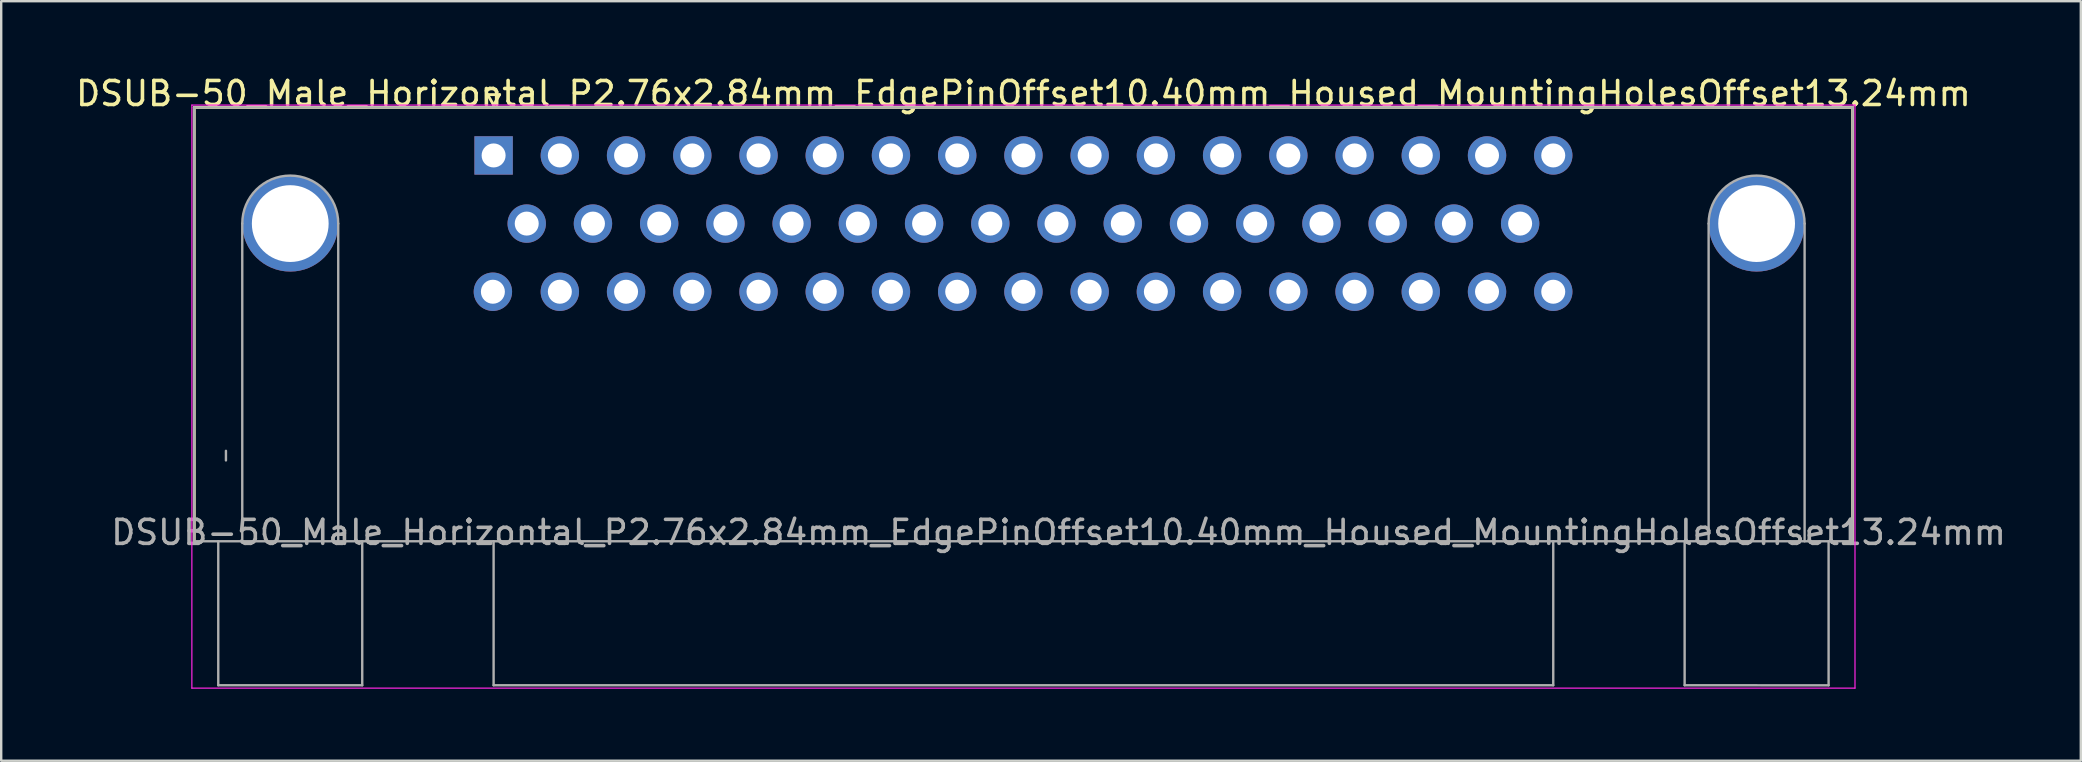
<source format=kicad_pcb>
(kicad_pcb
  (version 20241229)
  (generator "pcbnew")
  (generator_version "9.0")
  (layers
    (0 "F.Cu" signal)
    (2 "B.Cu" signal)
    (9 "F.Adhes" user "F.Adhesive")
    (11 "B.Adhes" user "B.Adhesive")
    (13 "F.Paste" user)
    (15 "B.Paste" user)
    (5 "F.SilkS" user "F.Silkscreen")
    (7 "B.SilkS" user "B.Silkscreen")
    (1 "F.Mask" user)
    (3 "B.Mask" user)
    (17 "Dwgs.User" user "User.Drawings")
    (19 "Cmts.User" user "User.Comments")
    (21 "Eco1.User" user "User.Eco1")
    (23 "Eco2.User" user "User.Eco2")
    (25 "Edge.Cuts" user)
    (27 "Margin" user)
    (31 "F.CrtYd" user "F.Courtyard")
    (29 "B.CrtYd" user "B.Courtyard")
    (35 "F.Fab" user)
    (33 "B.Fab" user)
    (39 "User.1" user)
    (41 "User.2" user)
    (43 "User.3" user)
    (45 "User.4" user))
  (footprint "DSUB-50_Male_Horizontal_P2.76x2.84mm_EdgePinOffset10.40mm_Housed_MountingHolesOffset13.24mm"
    (layer "F.Cu")
    (at 17.521 3.428)
    (property "Reference" "DSUB-50_Male_Horizontal_P2.76x2.84mm_EdgePinOffset10.40mm_Housed_MountingHolesOffset13.24mm" (at 22.08 -2.58 0) (layer "F.SilkS") (effects (font (size 1 1) (thickness 0.15))))
    (attr through_hole)
    (fp_line (start -12.475 -2) (end -12.475 16.08) (stroke (width 0.12) (type solid)) (layer "F.SilkS"))
    (fp_line (start -12.475 -2) (end 56.635 -2) (stroke (width 0.12) (type solid)) (layer "F.SilkS"))
    (fp_line (start -0.25 -2.534) (end 0.25 -2.534) (stroke (width 0.12) (type solid)) (layer "F.SilkS"))
    (fp_line (start 0 -2.101) (end -0.25 -2.534) (stroke (width 0.12) (type solid)) (layer "F.SilkS"))
    (fp_line (start 0.25 -2.534) (end 0 -2.101) (stroke (width 0.12) (type solid)) (layer "F.SilkS"))
    (fp_line (start 56.635 -2) (end 56.635 16.08) (stroke (width 0.12) (type solid)) (layer "F.SilkS"))
    (fp_line (start -12.575 -2.1) (end -12.575 22.2) (stroke (width 0.05) (type solid)) (layer "F.CrtYd"))
    (fp_line (start -12.575 -2.1) (end 56.735 -2.1) (stroke (width 0.05) (type solid)) (layer "F.CrtYd"))
    (fp_line (start -12.575 22.2) (end 56.735 22.2) (stroke (width 0.05) (type solid)) (layer "F.CrtYd"))
    (fp_line (start 56.735 -2.1) (end 56.735 22.2) (stroke (width 0.05) (type solid)) (layer "F.CrtYd"))
    (fp_line (start -12.475 -2) (end -12.475 16.08) (stroke (width 0.1) (type solid)) (layer "F.Fab"))
    (fp_line (start -12.475 -2) (end 56.635 -2) (stroke (width 0.1) (type solid)) (layer "F.Fab"))
    (fp_line (start -12.475 16.08) (end 56.635 16.08) (stroke (width 0.1) (type solid)) (layer "F.Fab"))
    (fp_line (start -11.475 16.08) (end -11.475 22.08) (stroke (width 0.1) (type solid)) (layer "F.Fab"))
    (fp_line (start -11.475 22.08) (end -5.475 22.08) (stroke (width 0.1) (type solid)) (layer "F.Fab"))
    (fp_line (start -11.155 12.31) (end -11.155 12.71) (stroke (width 0.1) (type solid)) (layer "F.Fab"))
    (fp_line (start -10.475 2.84) (end -10.475 16.08) (stroke (width 0.1) (type solid)) (layer "F.Fab"))
    (fp_line (start -6.475 2.84) (end -6.475 16.08) (stroke (width 0.1) (type solid)) (layer "F.Fab"))
    (fp_line (start -5.475 16.08) (end -5.475 22.08) (stroke (width 0.1) (type solid)) (layer "F.Fab"))
    (fp_line (start 0 16.08) (end 0 22.08) (stroke (width 0.1) (type solid)) (layer "F.Fab"))
    (fp_line (start 0 22.08) (end 44.16 22.08) (stroke (width 0.1) (type solid)) (layer "F.Fab"))
    (fp_line (start 44.16 16.08) (end 44.16 22.08) (stroke (width 0.1) (type solid)) (layer "F.Fab"))
    (fp_line (start 49.635 16.08) (end 49.635 22.08) (stroke (width 0.1) (type solid)) (layer "F.Fab"))
    (fp_line (start 49.635 22.08) (end 55.635 22.083) (stroke (width 0.1) (type solid)) (layer "F.Fab"))
    (fp_line (start 50.635 2.84) (end 50.635 16.08) (stroke (width 0.1) (type solid)) (layer "F.Fab"))
    (fp_line (start 54.635 2.84) (end 54.635 16.08) (stroke (width 0.1) (type solid)) (layer "F.Fab"))
    (fp_line (start 55.635 16.08) (end 55.635 22.08) (stroke (width 0.1) (type solid)) (layer "F.Fab"))
    (fp_line (start 56.635 -2) (end 56.635 16.08) (stroke (width 0.1) (type solid)) (layer "F.Fab"))
    (fp_arc (start -10.475 2.84) (mid -8.475 0.84) (end -6.475 2.84) (stroke (width 0.1) (type solid)) (layer "F.Fab"))
    (fp_arc (start 50.635 2.84) (mid 52.635 0.84) (end 54.635 2.84) (stroke (width 0.1) (type solid)) (layer "F.Fab"))
    (fp_text user "${REFERENCE}" (at 23.545 15.71 0) (layer "F.Fab") (effects (font (size 1 1) (thickness 0.15))))
    (pad "0" thru_hole circle (at -8.475 2.84) (size 4 4) (drill 3.2) (layers "*.Cu" "*.Mask"))
    (pad "0" thru_hole circle (at 52.635 2.84) (size 4 4) (drill 3.2) (layers "*.Cu" "*.Mask"))
    (pad "1" thru_hole rect (at 0 0) (size 1.6 1.6) (drill 1) (layers "*.Cu" "*.Mask"))
    (pad "2" thru_hole circle (at 2.76 0) (size 1.6 1.6) (drill 1) (layers "*.Cu" "*.Mask"))
    (pad "3" thru_hole circle (at 5.52 0) (size 1.6 1.6) (drill 1) (layers "*.Cu" "*.Mask"))
    (pad "4" thru_hole circle (at 8.28 0) (size 1.6 1.6) (drill 1) (layers "*.Cu" "*.Mask"))
    (pad "5" thru_hole circle (at 11.04 0) (size 1.6 1.6) (drill 1) (layers "*.Cu" "*.Mask"))
    (pad "6" thru_hole circle (at 13.8 0) (size 1.6 1.6) (drill 1) (layers "*.Cu" "*.Mask"))
    (pad "7" thru_hole circle (at 16.56 0) (size 1.6 1.6) (drill 1) (layers "*.Cu" "*.Mask"))
    (pad "8" thru_hole circle (at 19.32 0) (size 1.6 1.6) (drill 1) (layers "*.Cu" "*.Mask"))
    (pad "9" thru_hole circle (at 22.08 0) (size 1.6 1.6) (drill 1) (layers "*.Cu" "*.Mask"))
    (pad "10" thru_hole circle (at 24.84 0) (size 1.6 1.6) (drill 1) (layers "*.Cu" "*.Mask"))
    (pad "11" thru_hole circle (at 27.6 0) (size 1.6 1.6) (drill 1) (layers "*.Cu" "*.Mask"))
    (pad "12" thru_hole circle (at 30.36 0) (size 1.6 1.6) (drill 1) (layers "*.Cu" "*.Mask"))
    (pad "13" thru_hole circle (at 33.12 0) (size 1.6 1.6) (drill 1) (layers "*.Cu" "*.Mask"))
    (pad "14" thru_hole circle (at 35.88 0) (size 1.6 1.6) (drill 1) (layers "*.Cu" "*.Mask"))
    (pad "15" thru_hole circle (at 38.64 0) (size 1.6 1.6) (drill 1) (layers "*.Cu" "*.Mask"))
    (pad "16" thru_hole circle (at 41.4 0) (size 1.6 1.6) (drill 1) (layers "*.Cu" "*.Mask"))
    (pad "17" thru_hole circle (at 44.16 0) (size 1.6 1.6) (drill 1) (layers "*.Cu" "*.Mask"))
    (pad "18" thru_hole circle (at 1.38 2.84) (size 1.6 1.6) (drill 1) (layers "*.Cu" "*.Mask"))
    (pad "19" thru_hole circle (at 4.14 2.84) (size 1.6 1.6) (drill 1) (layers "*.Cu" "*.Mask"))
    (pad "20" thru_hole circle (at 6.9 2.84) (size 1.6 1.6) (drill 1) (layers "*.Cu" "*.Mask"))
    (pad "21" thru_hole circle (at 9.66 2.84) (size 1.6 1.6) (drill 1) (layers "*.Cu" "*.Mask"))
    (pad "22" thru_hole circle (at 12.42 2.84) (size 1.6 1.6) (drill 1) (layers "*.Cu" "*.Mask"))
    (pad "23" thru_hole circle (at 15.18 2.84) (size 1.6 1.6) (drill 1) (layers "*.Cu" "*.Mask"))
    (pad "24" thru_hole circle (at 17.94 2.84) (size 1.6 1.6) (drill 1) (layers "*.Cu" "*.Mask"))
    (pad "25" thru_hole circle (at 20.7 2.84) (size 1.6 1.6) (drill 1) (layers "*.Cu" "*.Mask"))
    (pad "26" thru_hole circle (at 23.46 2.84) (size 1.6 1.6) (drill 1) (layers "*.Cu" "*.Mask"))
    (pad "27" thru_hole circle (at 26.22 2.84) (size 1.6 1.6) (drill 1) (layers "*.Cu" "*.Mask"))
    (pad "28" thru_hole circle (at 28.98 2.84) (size 1.6 1.6) (drill 1) (layers "*.Cu" "*.Mask"))
    (pad "29" thru_hole circle (at 31.74 2.84) (size 1.6 1.6) (drill 1) (layers "*.Cu" "*.Mask"))
    (pad "30" thru_hole circle (at 34.5 2.84) (size 1.6 1.6) (drill 1) (layers "*.Cu" "*.Mask"))
    (pad "31" thru_hole circle (at 37.26 2.84) (size 1.6 1.6) (drill 1) (layers "*.Cu" "*.Mask"))
    (pad "32" thru_hole circle (at 40.02 2.84) (size 1.6 1.6) (drill 1) (layers "*.Cu" "*.Mask"))
    (pad "33" thru_hole circle (at 42.78 2.84) (size 1.6 1.6) (drill 1) (layers "*.Cu" "*.Mask"))
    (pad "34" thru_hole circle (at -0.03 5.68) (size 1.6 1.6) (drill 1) (layers "*.Cu" "*.Mask"))
    (pad "35" thru_hole circle (at 2.76 5.68) (size 1.6 1.6) (drill 1) (layers "*.Cu" "*.Mask"))
    (pad "36" thru_hole circle (at 5.52 5.68) (size 1.6 1.6) (drill 1) (layers "*.Cu" "*.Mask"))
    (pad "37" thru_hole circle (at 8.28 5.68) (size 1.6 1.6) (drill 1) (layers "*.Cu" "*.Mask"))
    (pad "38" thru_hole circle (at 11.04 5.68) (size 1.6 1.6) (drill 1) (layers "*.Cu" "*.Mask"))
    (pad "39" thru_hole circle (at 13.8 5.68) (size 1.6 1.6) (drill 1) (layers "*.Cu" "*.Mask"))
    (pad "40" thru_hole circle (at 16.56 5.68) (size 1.6 1.6) (drill 1) (layers "*.Cu" "*.Mask"))
    (pad "41" thru_hole circle (at 19.32 5.68) (size 1.6 1.6) (drill 1) (layers "*.Cu" "*.Mask"))
    (pad "42" thru_hole circle (at 22.08 5.68) (size 1.6 1.6) (drill 1) (layers "*.Cu" "*.Mask"))
    (pad "43" thru_hole circle (at 24.84 5.68) (size 1.6 1.6) (drill 1) (layers "*.Cu" "*.Mask"))
    (pad "44" thru_hole circle (at 27.6 5.68) (size 1.6 1.6) (drill 1) (layers "*.Cu" "*.Mask"))
    (pad "45" thru_hole circle (at 30.36 5.68) (size 1.6 1.6) (drill 1) (layers "*.Cu" "*.Mask"))
    (pad "46" thru_hole circle (at 33.12 5.68) (size 1.6 1.6) (drill 1) (layers "*.Cu" "*.Mask"))
    (pad "47" thru_hole circle (at 35.88 5.68) (size 1.6 1.6) (drill 1) (layers "*.Cu" "*.Mask"))
    (pad "48" thru_hole circle (at 38.64 5.68) (size 1.6 1.6) (drill 1) (layers "*.Cu" "*.Mask"))
    (pad "49" thru_hole circle (at 41.4 5.68) (size 1.6 1.6) (drill 1) (layers "*.Cu" "*.Mask"))
    (pad "50" thru_hole circle (at 44.16 5.68) (size 1.6 1.6) (drill 1) (layers "*.Cu" "*.Mask")))
  (gr_rect
    (start -3 -3)
    (end 83.667 28.653)
    (stroke (width 0.1) (type default))
    (fill no)
    (layer "Edge.Cuts")))
</source>
